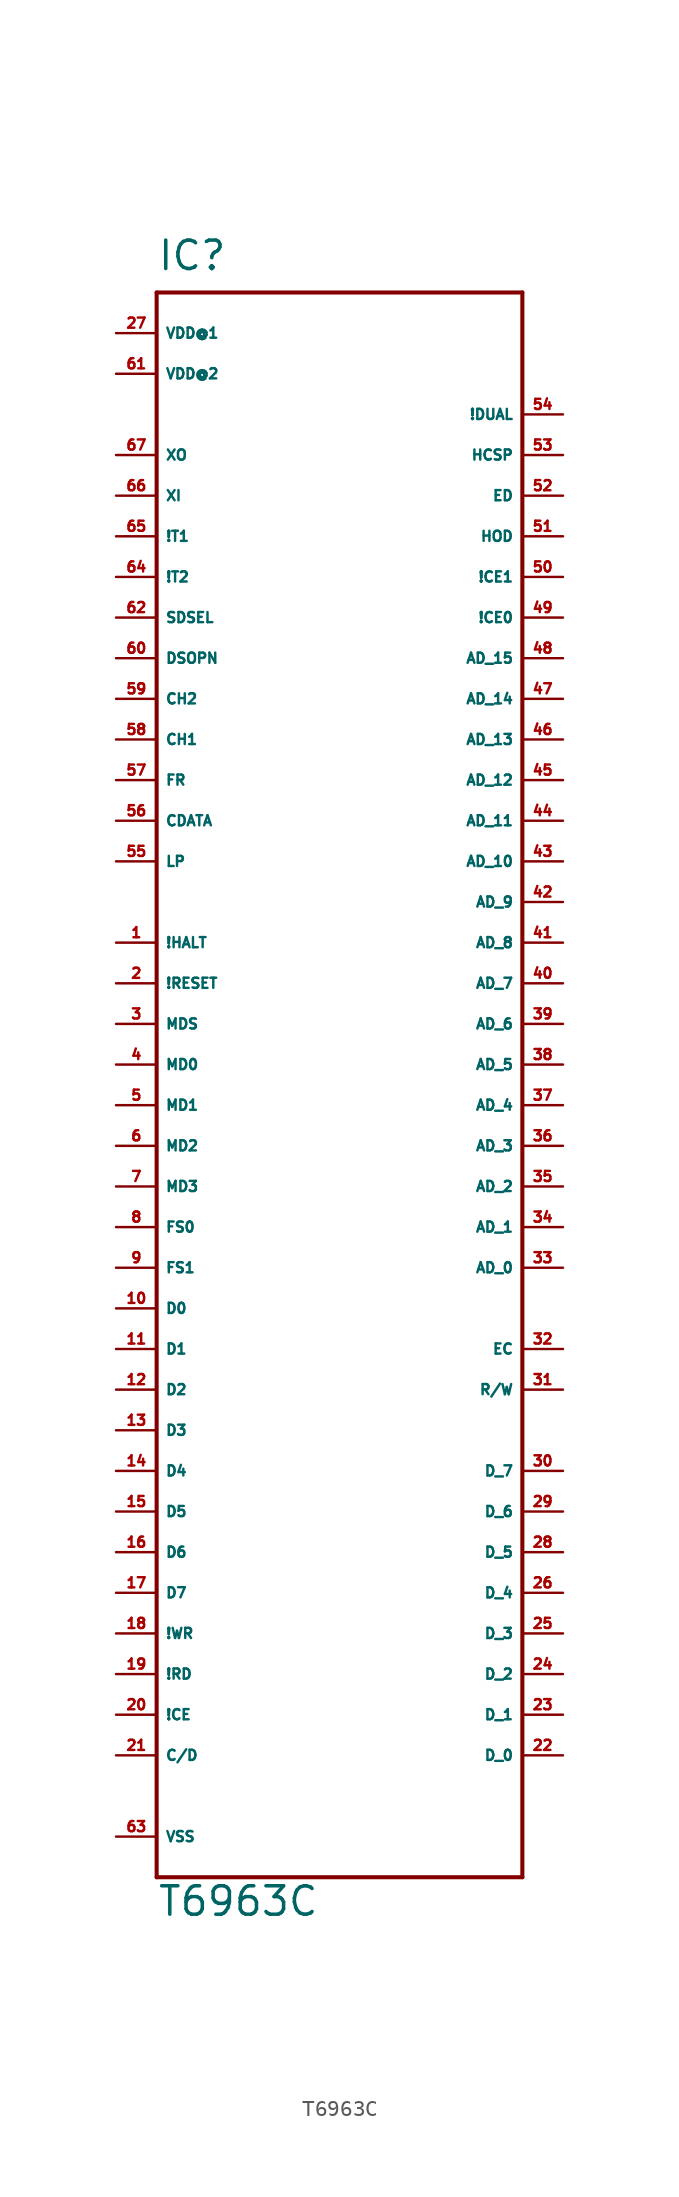
<source format=kicad_sym>
(kicad_symbol_lib
  (version 20220914)
  (generator Eagle2Kicad)
  (symbol "T6963C"
    (property "Reference" "IC"
      (at -10.16 49.53 0)
      (effects (font (size 1.778 1.778) (thickness 0.22)) (justify left bottom)))
    (property "Value" "T6963C"
      (at -10.16 -53.34 0)
      (effects (font (size 1.778 1.778) (thickness 0.22)) (justify left bottom)))
    (polyline
      (pts (xy -10.16 48.26) (xy 12.7 48.26))
      (stroke (width 0.254) (type default))
      (fill (type none)))
    (polyline
      (pts (xy 12.7 48.26) (xy 12.7 -50.8))
      (stroke (width 0.254) (type default))
      (fill (type none)))
    (polyline
      (pts (xy 12.7 -50.8) (xy -10.16 -50.8))
      (stroke (width 0.254) (type default))
      (fill (type none)))
    (polyline
      (pts (xy -10.16 -50.8) (xy -10.16 48.26))
      (stroke (width 0.254) (type default))
      (fill (type none)))
    (pin input line
      (at -12.7 7.62 0)
      (length 2.54)
      (name "!HALT" (effects (font (size 0.635 0.635) (thickness 0.08)) (justify left bottom)))
      (number "1" (effects (font (size 0.635 0.635) (thickness 0.08)) (justify left bottom))))
    (pin input line
      (at -12.7 5.08 0)
      (length 2.54)
      (name "!RESET" (effects (font (size 0.635 0.635) (thickness 0.08)) (justify left bottom)))
      (number "2" (effects (font (size 0.635 0.635) (thickness 0.08)) (justify left bottom))))
    (pin input line
      (at -12.7 2.54 0)
      (length 2.54)
      (name "MDS" (effects (font (size 0.635 0.635) (thickness 0.08)) (justify left bottom)))
      (number "3" (effects (font (size 0.635 0.635) (thickness 0.08)) (justify left bottom))))
    (pin input line
      (at -12.7 0 0)
      (length 2.54)
      (name "MD0" (effects (font (size 0.635 0.635) (thickness 0.08)) (justify left bottom)))
      (number "4" (effects (font (size 0.635 0.635) (thickness 0.08)) (justify left bottom))))
    (pin input line
      (at -12.7 -2.54 0)
      (length 2.54)
      (name "MD1" (effects (font (size 0.635 0.635) (thickness 0.08)) (justify left bottom)))
      (number "5" (effects (font (size 0.635 0.635) (thickness 0.08)) (justify left bottom))))
    (pin input line
      (at -12.7 -5.08 0)
      (length 2.54)
      (name "MD2" (effects (font (size 0.635 0.635) (thickness 0.08)) (justify left bottom)))
      (number "6" (effects (font (size 0.635 0.635) (thickness 0.08)) (justify left bottom))))
    (pin input line
      (at -12.7 -7.62 0)
      (length 2.54)
      (name "MD3" (effects (font (size 0.635 0.635) (thickness 0.08)) (justify left bottom)))
      (number "7" (effects (font (size 0.635 0.635) (thickness 0.08)) (justify left bottom))))
    (pin input line
      (at -12.7 -10.16 0)
      (length 2.54)
      (name "FS0" (effects (font (size 0.635 0.635) (thickness 0.08)) (justify left bottom)))
      (number "8" (effects (font (size 0.635 0.635) (thickness 0.08)) (justify left bottom))))
    (pin input line
      (at -12.7 -12.7 0)
      (length 2.54)
      (name "FS1" (effects (font (size 0.635 0.635) (thickness 0.08)) (justify left bottom)))
      (number "9" (effects (font (size 0.635 0.635) (thickness 0.08)) (justify left bottom))))
    (pin input line
      (at -12.7 -15.24 0)
      (length 2.54)
      (name "D0" (effects (font (size 0.635 0.635) (thickness 0.08)) (justify left bottom)))
      (number "10" (effects (font (size 0.635 0.635) (thickness 0.08)) (justify left bottom))))
    (pin input line
      (at -12.7 -17.78 0)
      (length 2.54)
      (name "D1" (effects (font (size 0.635 0.635) (thickness 0.08)) (justify left bottom)))
      (number "11" (effects (font (size 0.635 0.635) (thickness 0.08)) (justify left bottom))))
    (pin input line
      (at -12.7 -20.32 0)
      (length 2.54)
      (name "D2" (effects (font (size 0.635 0.635) (thickness 0.08)) (justify left bottom)))
      (number "12" (effects (font (size 0.635 0.635) (thickness 0.08)) (justify left bottom))))
    (pin input line
      (at -12.7 -22.86 0)
      (length 2.54)
      (name "D3" (effects (font (size 0.635 0.635) (thickness 0.08)) (justify left bottom)))
      (number "13" (effects (font (size 0.635 0.635) (thickness 0.08)) (justify left bottom))))
    (pin input line
      (at -12.7 -25.4 0)
      (length 2.54)
      (name "D4" (effects (font (size 0.635 0.635) (thickness 0.08)) (justify left bottom)))
      (number "14" (effects (font (size 0.635 0.635) (thickness 0.08)) (justify left bottom))))
    (pin input line
      (at -12.7 -27.94 0)
      (length 2.54)
      (name "D5" (effects (font (size 0.635 0.635) (thickness 0.08)) (justify left bottom)))
      (number "15" (effects (font (size 0.635 0.635) (thickness 0.08)) (justify left bottom))))
    (pin input line
      (at -12.7 -30.48 0)
      (length 2.54)
      (name "D6" (effects (font (size 0.635 0.635) (thickness 0.08)) (justify left bottom)))
      (number "16" (effects (font (size 0.635 0.635) (thickness 0.08)) (justify left bottom))))
    (pin input line
      (at -12.7 -33.02 0)
      (length 2.54)
      (name "D7" (effects (font (size 0.635 0.635) (thickness 0.08)) (justify left bottom)))
      (number "17" (effects (font (size 0.635 0.635) (thickness 0.08)) (justify left bottom))))
    (pin input line
      (at -12.7 -35.56 0)
      (length 2.54)
      (name "!WR" (effects (font (size 0.635 0.635) (thickness 0.08)) (justify left bottom)))
      (number "18" (effects (font (size 0.635 0.635) (thickness 0.08)) (justify left bottom))))
    (pin input line
      (at -12.7 -38.1 0)
      (length 2.54)
      (name "!RD" (effects (font (size 0.635 0.635) (thickness 0.08)) (justify left bottom)))
      (number "19" (effects (font (size 0.635 0.635) (thickness 0.08)) (justify left bottom))))
    (pin input line
      (at -12.7 -40.64 0)
      (length 2.54)
      (name "!CE" (effects (font (size 0.635 0.635) (thickness 0.08)) (justify left bottom)))
      (number "20" (effects (font (size 0.635 0.635) (thickness 0.08)) (justify left bottom))))
    (pin input line
      (at -12.7 -43.18 0)
      (length 2.54)
      (name "C/D" (effects (font (size 0.635 0.635) (thickness 0.08)) (justify left bottom)))
      (number "21" (effects (font (size 0.635 0.635) (thickness 0.08)) (justify left bottom))))
    (pin input line
      (at 15.24 -43.18 180)
      (length 2.54)
      (name "D_0" (effects (font (size 0.635 0.635) (thickness 0.08)) (justify left bottom)))
      (number "22" (effects (font (size 0.635 0.635) (thickness 0.08)) (justify left bottom))))
    (pin input line
      (at 15.24 -40.64 180)
      (length 2.54)
      (name "D_1" (effects (font (size 0.635 0.635) (thickness 0.08)) (justify left bottom)))
      (number "23" (effects (font (size 0.635 0.635) (thickness 0.08)) (justify left bottom))))
    (pin input line
      (at 15.24 -38.1 180)
      (length 2.54)
      (name "D_2" (effects (font (size 0.635 0.635) (thickness 0.08)) (justify left bottom)))
      (number "24" (effects (font (size 0.635 0.635) (thickness 0.08)) (justify left bottom))))
    (pin input line
      (at 15.24 -35.56 180)
      (length 2.54)
      (name "D_3" (effects (font (size 0.635 0.635) (thickness 0.08)) (justify left bottom)))
      (number "25" (effects (font (size 0.635 0.635) (thickness 0.08)) (justify left bottom))))
    (pin input line
      (at 15.24 -33.02 180)
      (length 2.54)
      (name "D_4" (effects (font (size 0.635 0.635) (thickness 0.08)) (justify left bottom)))
      (number "26" (effects (font (size 0.635 0.635) (thickness 0.08)) (justify left bottom))))
    (pin input line
      (at 15.24 -30.48 180)
      (length 2.54)
      (name "D_5" (effects (font (size 0.635 0.635) (thickness 0.08)) (justify left bottom)))
      (number "28" (effects (font (size 0.635 0.635) (thickness 0.08)) (justify left bottom))))
    (pin input line
      (at 15.24 -27.94 180)
      (length 2.54)
      (name "D_6" (effects (font (size 0.635 0.635) (thickness 0.08)) (justify left bottom)))
      (number "29" (effects (font (size 0.635 0.635) (thickness 0.08)) (justify left bottom))))
    (pin input line
      (at 15.24 -25.4 180)
      (length 2.54)
      (name "D_7" (effects (font (size 0.635 0.635) (thickness 0.08)) (justify left bottom)))
      (number "30" (effects (font (size 0.635 0.635) (thickness 0.08)) (justify left bottom))))
    (pin input line
      (at 15.24 -20.32 180)
      (length 2.54)
      (name "R/W" (effects (font (size 0.635 0.635) (thickness 0.08)) (justify left bottom)))
      (number "31" (effects (font (size 0.635 0.635) (thickness 0.08)) (justify left bottom))))
    (pin input line
      (at 15.24 -17.78 180)
      (length 2.54)
      (name "EC" (effects (font (size 0.635 0.635) (thickness 0.08)) (justify left bottom)))
      (number "32" (effects (font (size 0.635 0.635) (thickness 0.08)) (justify left bottom))))
    (pin input line
      (at 15.24 -12.7 180)
      (length 2.54)
      (name "AD_0" (effects (font (size 0.635 0.635) (thickness 0.08)) (justify left bottom)))
      (number "33" (effects (font (size 0.635 0.635) (thickness 0.08)) (justify left bottom))))
    (pin input line
      (at 15.24 -10.16 180)
      (length 2.54)
      (name "AD_1" (effects (font (size 0.635 0.635) (thickness 0.08)) (justify left bottom)))
      (number "34" (effects (font (size 0.635 0.635) (thickness 0.08)) (justify left bottom))))
    (pin input line
      (at 15.24 -7.62 180)
      (length 2.54)
      (name "AD_2" (effects (font (size 0.635 0.635) (thickness 0.08)) (justify left bottom)))
      (number "35" (effects (font (size 0.635 0.635) (thickness 0.08)) (justify left bottom))))
    (pin input line
      (at 15.24 -5.08 180)
      (length 2.54)
      (name "AD_3" (effects (font (size 0.635 0.635) (thickness 0.08)) (justify left bottom)))
      (number "36" (effects (font (size 0.635 0.635) (thickness 0.08)) (justify left bottom))))
    (pin input line
      (at 15.24 -2.54 180)
      (length 2.54)
      (name "AD_4" (effects (font (size 0.635 0.635) (thickness 0.08)) (justify left bottom)))
      (number "37" (effects (font (size 0.635 0.635) (thickness 0.08)) (justify left bottom))))
    (pin input line
      (at 15.24 0 180)
      (length 2.54)
      (name "AD_5" (effects (font (size 0.635 0.635) (thickness 0.08)) (justify left bottom)))
      (number "38" (effects (font (size 0.635 0.635) (thickness 0.08)) (justify left bottom))))
    (pin input line
      (at 15.24 2.54 180)
      (length 2.54)
      (name "AD_6" (effects (font (size 0.635 0.635) (thickness 0.08)) (justify left bottom)))
      (number "39" (effects (font (size 0.635 0.635) (thickness 0.08)) (justify left bottom))))
    (pin input line
      (at 15.24 5.08 180)
      (length 2.54)
      (name "AD_7" (effects (font (size 0.635 0.635) (thickness 0.08)) (justify left bottom)))
      (number "40" (effects (font (size 0.635 0.635) (thickness 0.08)) (justify left bottom))))
    (pin input line
      (at 15.24 7.62 180)
      (length 2.54)
      (name "AD_8" (effects (font (size 0.635 0.635) (thickness 0.08)) (justify left bottom)))
      (number "41" (effects (font (size 0.635 0.635) (thickness 0.08)) (justify left bottom))))
    (pin input line
      (at 15.24 10.16 180)
      (length 2.54)
      (name "AD_9" (effects (font (size 0.635 0.635) (thickness 0.08)) (justify left bottom)))
      (number "42" (effects (font (size 0.635 0.635) (thickness 0.08)) (justify left bottom))))
    (pin input line
      (at 15.24 12.7 180)
      (length 2.54)
      (name "AD_10" (effects (font (size 0.635 0.635) (thickness 0.08)) (justify left bottom)))
      (number "43" (effects (font (size 0.635 0.635) (thickness 0.08)) (justify left bottom))))
    (pin input line
      (at 15.24 15.24 180)
      (length 2.54)
      (name "AD_11" (effects (font (size 0.635 0.635) (thickness 0.08)) (justify left bottom)))
      (number "44" (effects (font (size 0.635 0.635) (thickness 0.08)) (justify left bottom))))
    (pin input line
      (at 15.24 17.78 180)
      (length 2.54)
      (name "AD_12" (effects (font (size 0.635 0.635) (thickness 0.08)) (justify left bottom)))
      (number "45" (effects (font (size 0.635 0.635) (thickness 0.08)) (justify left bottom))))
    (pin input line
      (at 15.24 20.32 180)
      (length 2.54)
      (name "AD_13" (effects (font (size 0.635 0.635) (thickness 0.08)) (justify left bottom)))
      (number "46" (effects (font (size 0.635 0.635) (thickness 0.08)) (justify left bottom))))
    (pin input line
      (at 15.24 22.86 180)
      (length 2.54)
      (name "AD_14" (effects (font (size 0.635 0.635) (thickness 0.08)) (justify left bottom)))
      (number "47" (effects (font (size 0.635 0.635) (thickness 0.08)) (justify left bottom))))
    (pin input line
      (at 15.24 25.4 180)
      (length 2.54)
      (name "AD_15" (effects (font (size 0.635 0.635) (thickness 0.08)) (justify left bottom)))
      (number "48" (effects (font (size 0.635 0.635) (thickness 0.08)) (justify left bottom))))
    (pin input line
      (at 15.24 27.94 180)
      (length 2.54)
      (name "!CE0" (effects (font (size 0.635 0.635) (thickness 0.08)) (justify left bottom)))
      (number "49" (effects (font (size 0.635 0.635) (thickness 0.08)) (justify left bottom))))
    (pin input line
      (at 15.24 30.48 180)
      (length 2.54)
      (name "!CE1" (effects (font (size 0.635 0.635) (thickness 0.08)) (justify left bottom)))
      (number "50" (effects (font (size 0.635 0.635) (thickness 0.08)) (justify left bottom))))
    (pin input line
      (at 15.24 33.02 180)
      (length 2.54)
      (name "HOD" (effects (font (size 0.635 0.635) (thickness 0.08)) (justify left bottom)))
      (number "51" (effects (font (size 0.635 0.635) (thickness 0.08)) (justify left bottom))))
    (pin input line
      (at 15.24 35.56 180)
      (length 2.54)
      (name "ED" (effects (font (size 0.635 0.635) (thickness 0.08)) (justify left bottom)))
      (number "52" (effects (font (size 0.635 0.635) (thickness 0.08)) (justify left bottom))))
    (pin input line
      (at 15.24 38.1 180)
      (length 2.54)
      (name "HCSP" (effects (font (size 0.635 0.635) (thickness 0.08)) (justify left bottom)))
      (number "53" (effects (font (size 0.635 0.635) (thickness 0.08)) (justify left bottom))))
    (pin input line
      (at 15.24 40.64 180)
      (length 2.54)
      (name "!DUAL" (effects (font (size 0.635 0.635) (thickness 0.08)) (justify left bottom)))
      (number "54" (effects (font (size 0.635 0.635) (thickness 0.08)) (justify left bottom))))
    (pin input line
      (at -12.7 12.7 0)
      (length 2.54)
      (name "LP" (effects (font (size 0.635 0.635) (thickness 0.08)) (justify left bottom)))
      (number "55" (effects (font (size 0.635 0.635) (thickness 0.08)) (justify left bottom))))
    (pin input line
      (at -12.7 15.24 0)
      (length 2.54)
      (name "CDATA" (effects (font (size 0.635 0.635) (thickness 0.08)) (justify left bottom)))
      (number "56" (effects (font (size 0.635 0.635) (thickness 0.08)) (justify left bottom))))
    (pin input line
      (at -12.7 17.78 0)
      (length 2.54)
      (name "FR" (effects (font (size 0.635 0.635) (thickness 0.08)) (justify left bottom)))
      (number "57" (effects (font (size 0.635 0.635) (thickness 0.08)) (justify left bottom))))
    (pin input line
      (at -12.7 20.32 0)
      (length 2.54)
      (name "CH1" (effects (font (size 0.635 0.635) (thickness 0.08)) (justify left bottom)))
      (number "58" (effects (font (size 0.635 0.635) (thickness 0.08)) (justify left bottom))))
    (pin input line
      (at -12.7 22.86 0)
      (length 2.54)
      (name "CH2" (effects (font (size 0.635 0.635) (thickness 0.08)) (justify left bottom)))
      (number "59" (effects (font (size 0.635 0.635) (thickness 0.08)) (justify left bottom))))
    (pin input line
      (at -12.7 25.4 0)
      (length 2.54)
      (name "DSOPN" (effects (font (size 0.635 0.635) (thickness 0.08)) (justify left bottom)))
      (number "60" (effects (font (size 0.635 0.635) (thickness 0.08)) (justify left bottom))))
    (pin input line
      (at -12.7 27.94 0)
      (length 2.54)
      (name "SDSEL" (effects (font (size 0.635 0.635) (thickness 0.08)) (justify left bottom)))
      (number "62" (effects (font (size 0.635 0.635) (thickness 0.08)) (justify left bottom))))
    (pin input line
      (at -12.7 33.02 0)
      (length 2.54)
      (name "!T1" (effects (font (size 0.635 0.635) (thickness 0.08)) (justify left bottom)))
      (number "65" (effects (font (size 0.635 0.635) (thickness 0.08)) (justify left bottom))))
    (pin input line
      (at -12.7 30.48 0)
      (length 2.54)
      (name "!T2" (effects (font (size 0.635 0.635) (thickness 0.08)) (justify left bottom)))
      (number "64" (effects (font (size 0.635 0.635) (thickness 0.08)) (justify left bottom))))
    (pin input line
      (at -12.7 35.56 0)
      (length 2.54)
      (name "XI" (effects (font (size 0.635 0.635) (thickness 0.08)) (justify left bottom)))
      (number "66" (effects (font (size 0.635 0.635) (thickness 0.08)) (justify left bottom))))
    (pin output line
      (at -12.7 38.1 0)
      (length 2.54)
      (name "XO" (effects (font (size 0.635 0.635) (thickness 0.08)) (justify left bottom)))
      (number "67" (effects (font (size 0.635 0.635) (thickness 0.08)) (justify left bottom))))
    (pin output line
      (at -12.7 45.72 0)
      (length 2.54)
      (name "VDD@1" (effects (font (size 0.635 0.635) (thickness 0.08)) (justify left bottom)))
      (number "27" (effects (font (size 0.635 0.635) (thickness 0.08)) (justify left bottom))))
    (pin output line
      (at -12.7 43.18 0)
      (length 2.54)
      (name "VDD@2" (effects (font (size 0.635 0.635) (thickness 0.08)) (justify left bottom)))
      (number "61" (effects (font (size 0.635 0.635) (thickness 0.08)) (justify left bottom))))
    (pin output line
      (at -12.7 -48.26 0)
      (length 2.54)
      (name "VSS" (effects (font (size 0.635 0.635) (thickness 0.08)) (justify left bottom)))
      (number "63" (effects (font (size 0.635 0.635) (thickness 0.08)) (justify left bottom))))))
</source>
